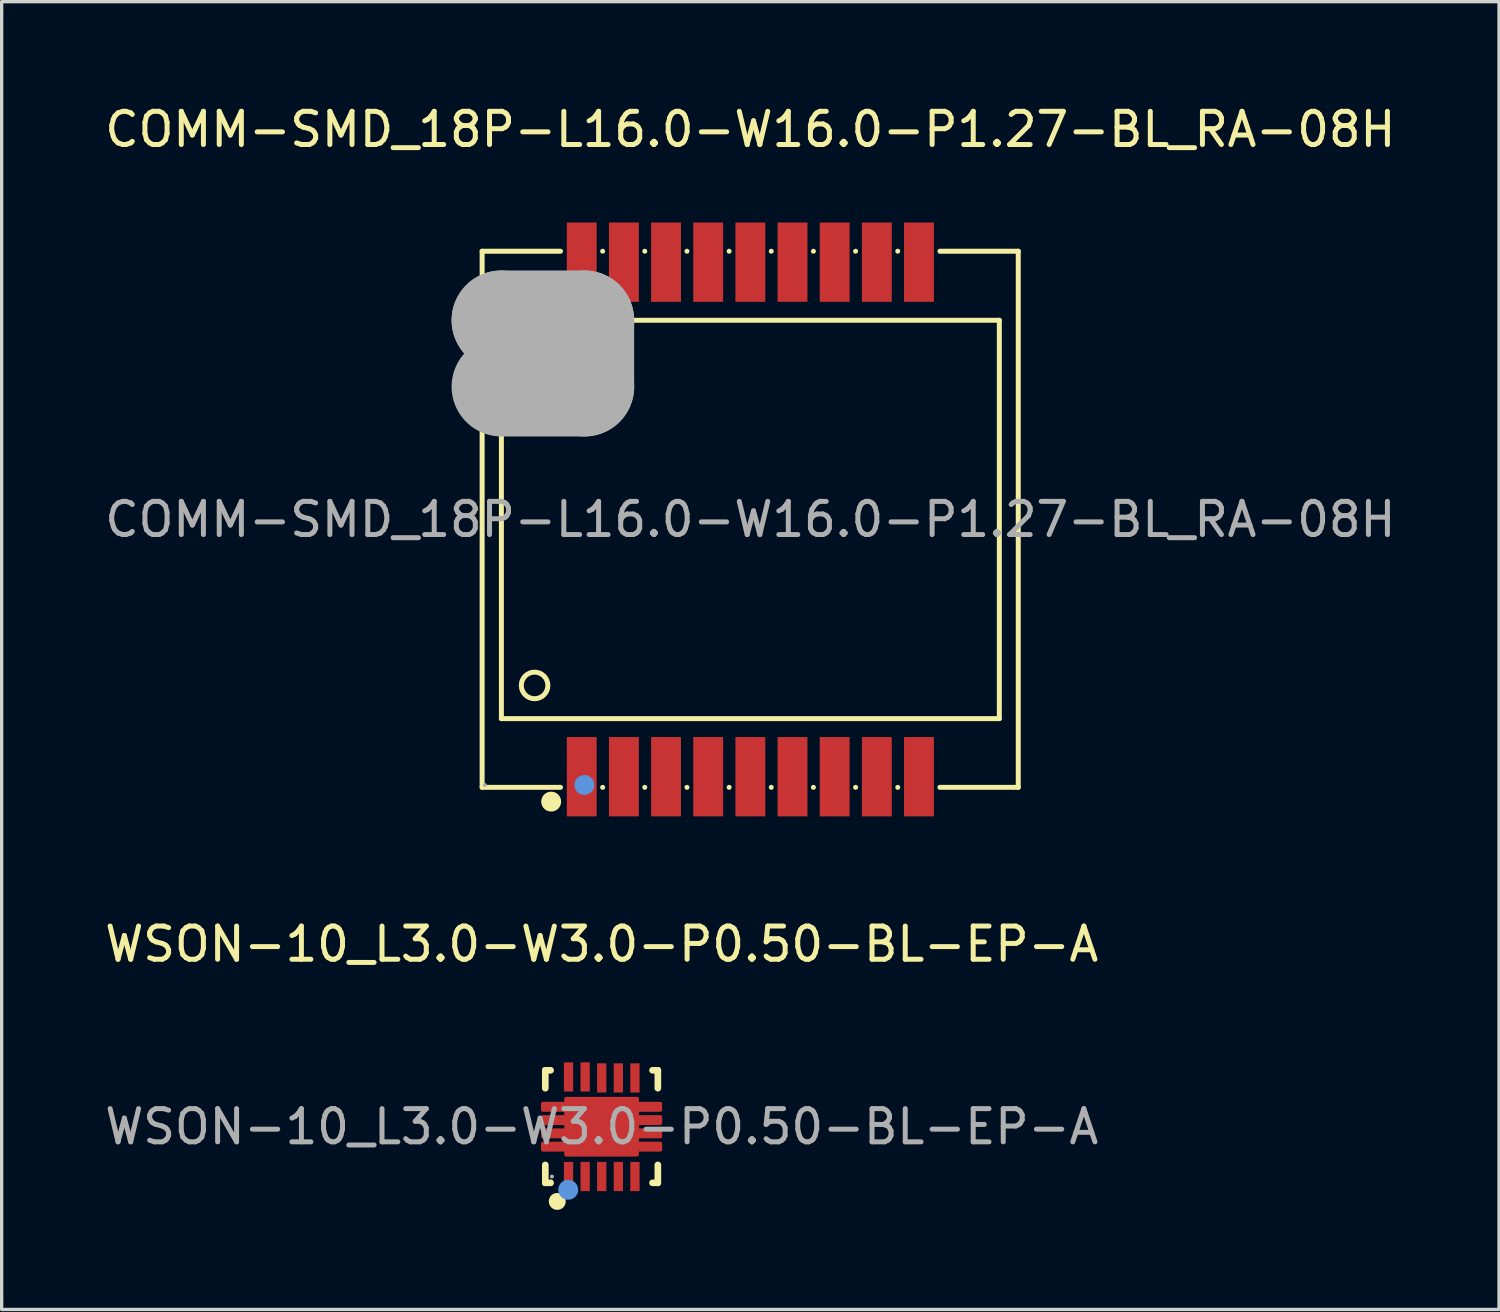
<source format=kicad_pcb>
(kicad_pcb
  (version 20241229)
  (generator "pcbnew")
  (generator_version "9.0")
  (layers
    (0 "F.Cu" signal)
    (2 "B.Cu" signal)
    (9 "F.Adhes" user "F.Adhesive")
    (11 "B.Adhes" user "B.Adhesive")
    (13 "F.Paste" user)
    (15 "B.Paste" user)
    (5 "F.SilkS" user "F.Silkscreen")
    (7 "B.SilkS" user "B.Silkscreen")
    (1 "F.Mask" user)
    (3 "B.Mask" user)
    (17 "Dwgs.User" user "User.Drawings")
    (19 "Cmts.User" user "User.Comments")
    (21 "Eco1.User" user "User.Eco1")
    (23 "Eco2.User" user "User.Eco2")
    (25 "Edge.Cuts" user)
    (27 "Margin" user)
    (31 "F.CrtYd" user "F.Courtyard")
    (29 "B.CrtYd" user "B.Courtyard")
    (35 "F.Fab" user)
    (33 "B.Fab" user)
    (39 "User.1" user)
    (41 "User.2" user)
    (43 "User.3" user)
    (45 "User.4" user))
  (footprint "COMM-SMD_18P-L16.0-W16.0-P1.27-BL_RA-08H"
    (layer "F.Cu")
    (at 19.554 12.598)
    (property "Reference" "COMM-SMD_18P-L16.0-W16.0-P1.27-BL_RA-08H" (at 0 -11.75 0) (layer "F.SilkS") (effects (font (size 1 1) (thickness 0.15))))
    (attr smd)
    (fp_line (start -8.08 -8.08) (end -5.72 -8.08) (stroke (width 0.15) (type solid)) (layer "F.SilkS"))
    (fp_line (start -8.08 8.07) (end -8.08 -8.08) (stroke (width 0.15) (type solid)) (layer "F.SilkS"))
    (fp_line (start -7.5 -3.5) (end -7.5 6) (stroke (width 0.15) (type solid)) (layer "F.SilkS"))
    (fp_line (start -7.5 6) (end 7.5 6) (stroke (width 0.15) (type solid)) (layer "F.SilkS"))
    (fp_line (start -5.72 8.07) (end -8.08 8.07) (stroke (width 0.15) (type solid)) (layer "F.SilkS"))
    (fp_line (start -4.5 -6) (end -4.5 -3.5) (stroke (width 0.15) (type solid)) (layer "F.SilkS"))
    (fp_line (start -4.5 -3.5) (end -7.5 -3.5) (stroke (width 0.15) (type solid)) (layer "F.SilkS"))
    (fp_line (start -4.45 -8.08) (end -4.45 -8.08) (stroke (width 0.15) (type solid)) (layer "F.SilkS"))
    (fp_line (start -4.45 8.07) (end -4.45 8.07) (stroke (width 0.15) (type solid)) (layer "F.SilkS"))
    (fp_line (start -3.18 -8.08) (end -3.18 -8.08) (stroke (width 0.15) (type solid)) (layer "F.SilkS"))
    (fp_line (start -3.18 8.07) (end -3.18 8.07) (stroke (width 0.15) (type solid)) (layer "F.SilkS"))
    (fp_line (start -1.91 -8.08) (end -1.91 -8.08) (stroke (width 0.15) (type solid)) (layer "F.SilkS"))
    (fp_line (start -1.91 8.07) (end -1.91 8.07) (stroke (width 0.15) (type solid)) (layer "F.SilkS"))
    (fp_line (start -0.64 -8.08) (end -0.64 -8.08) (stroke (width 0.15) (type solid)) (layer "F.SilkS"))
    (fp_line (start -0.64 8.07) (end -0.64 8.07) (stroke (width 0.15) (type solid)) (layer "F.SilkS"))
    (fp_line (start 0.63 -8.08) (end 0.63 -8.08) (stroke (width 0.15) (type solid)) (layer "F.SilkS"))
    (fp_line (start 0.63 8.07) (end 0.63 8.07) (stroke (width 0.15) (type solid)) (layer "F.SilkS"))
    (fp_line (start 1.9 -8.08) (end 1.9 -8.08) (stroke (width 0.15) (type solid)) (layer "F.SilkS"))
    (fp_line (start 1.9 8.07) (end 1.9 8.07) (stroke (width 0.15) (type solid)) (layer "F.SilkS"))
    (fp_line (start 3.17 -8.08) (end 3.17 -8.08) (stroke (width 0.15) (type solid)) (layer "F.SilkS"))
    (fp_line (start 3.17 8.07) (end 3.17 8.07) (stroke (width 0.15) (type solid)) (layer "F.SilkS"))
    (fp_line (start 4.44 -8.08) (end 4.44 -8.08) (stroke (width 0.15) (type solid)) (layer "F.SilkS"))
    (fp_line (start 4.44 8.07) (end 4.44 8.07) (stroke (width 0.15) (type solid)) (layer "F.SilkS"))
    (fp_line (start 5.71 -8.08) (end 8.07 -8.08) (stroke (width 0.15) (type solid)) (layer "F.SilkS"))
    (fp_line (start 7.5 -6) (end -4.5 -6) (stroke (width 0.15) (type solid)) (layer "F.SilkS"))
    (fp_line (start 7.5 6) (end 7.5 -6) (stroke (width 0.15) (type solid)) (layer "F.SilkS"))
    (fp_line (start 8.07 8.07) (end 5.71 8.07) (stroke (width 0.15) (type solid)) (layer "F.SilkS"))
    (fp_line (start 8.07 8.07) (end 8.07 -8.08) (stroke (width 0.15) (type solid)) (layer "F.SilkS"))
    (fp_circle (center -6.5 5) (end -6.1 5) (stroke (width 0.15) (type solid)) (fill no) (layer "F.SilkS"))
    (fp_circle (center -6 8.5) (end -5.85 8.5) (stroke (width 0.3) (type solid)) (fill no) (layer "F.SilkS"))
    (fp_circle (center -5 8) (end -4.85 8) (stroke (width 0.3) (type solid)) (fill no) (layer "Cmts.User"))
    (fp_line (start -7.5 -6) (end -7.5 -6) (stroke (width 3) (type solid)) (layer "F.Fab"))
    (fp_line (start -7.5 -6) (end -5 -6) (stroke (width 3) (type solid)) (layer "F.Fab"))
    (fp_line (start -5 -6) (end -5 -4) (stroke (width 3) (type solid)) (layer "F.Fab"))
    (fp_line (start -5 -4) (end -7.5 -4) (stroke (width 3) (type solid)) (layer "F.Fab"))
    (fp_circle (center -8 8) (end -7.97 8) (stroke (width 0.06) (type solid)) (fill no) (layer "F.Fab"))
    (fp_text user "${REFERENCE}" (at 0 0 0) (layer "F.Fab") (effects (font (size 1 1) (thickness 0.15))))
    (pad "1" smd rect (at -5.08 7.75 90) (size 2.39 0.9) (layers "F.Cu" "F.Mask" "F.Paste"))
    (pad "2" smd rect (at -3.81 7.75 90) (size 2.39 0.9) (layers "F.Cu" "F.Mask" "F.Paste"))
    (pad "3" smd rect (at -2.54 7.75 90) (size 2.39 0.9) (layers "F.Cu" "F.Mask" "F.Paste"))
    (pad "4" smd rect (at -1.27 7.75 90) (size 2.39 0.9) (layers "F.Cu" "F.Mask" "F.Paste"))
    (pad "5" smd rect (at 0 7.75 90) (size 2.39 0.9) (layers "F.Cu" "F.Mask" "F.Paste"))
    (pad "6" smd rect (at 1.27 7.75 90) (size 2.39 0.9) (layers "F.Cu" "F.Mask" "F.Paste"))
    (pad "7" smd rect (at 2.54 7.75 90) (size 2.39 0.9) (layers "F.Cu" "F.Mask" "F.Paste"))
    (pad "8" smd rect (at 3.81 7.75 90) (size 2.39 0.9) (layers "F.Cu" "F.Mask" "F.Paste"))
    (pad "9" smd rect (at 5.08 7.75 90) (size 2.39 0.9) (layers "F.Cu" "F.Mask" "F.Paste"))
    (pad "10" smd rect (at 5.08 -7.75 90) (size 2.39 0.9) (layers "F.Cu" "F.Mask" "F.Paste"))
    (pad "11" smd rect (at 3.81 -7.75 90) (size 2.39 0.9) (layers "F.Cu" "F.Mask" "F.Paste"))
    (pad "12" smd rect (at 2.54 -7.75 90) (size 2.39 0.9) (layers "F.Cu" "F.Mask" "F.Paste"))
    (pad "13" smd rect (at 1.27 -7.75 90) (size 2.39 0.9) (layers "F.Cu" "F.Mask" "F.Paste"))
    (pad "14" smd rect (at 0 -7.75 90) (size 2.39 0.9) (layers "F.Cu" "F.Mask" "F.Paste"))
    (pad "15" smd rect (at -1.27 -7.75 90) (size 2.39 0.9) (layers "F.Cu" "F.Mask" "F.Paste"))
    (pad "16" smd rect (at -2.54 -7.75 90) (size 2.39 0.9) (layers "F.Cu" "F.Mask" "F.Paste"))
    (pad "17" smd rect (at -3.81 -7.75 90) (size 2.39 0.9) (layers "F.Cu" "F.Mask" "F.Paste"))
    (pad "18" smd rect (at -5.08 -7.75 90) (size 2.39 0.9) (layers "F.Cu" "F.Mask" "F.Paste")))
  (footprint "WSON-10_L3.0-W3.0-P0.50-BL-EP-A"
    (layer "F.Cu")
    (at 15.077 30.892)
    (property "Reference" "WSON-10_L3.0-W3.0-P0.50-BL-EP-A" (at 0 -5.5 0) (layer "F.SilkS") (effects (font (size 1 1) (thickness 0.15))))
    (attr smd)
    (fp_line (start -1.7 -1.7) (end -1.54 -1.7) (stroke (width 0.2) (type solid)) (layer "F.SilkS"))
    (fp_line (start -1.7 -1.16) (end -1.7 -1.7) (stroke (width 0.2) (type solid)) (layer "F.SilkS"))
    (fp_line (start -1.7 1.69) (end -1.7 1.15) (stroke (width 0.2) (type solid)) (layer "F.SilkS"))
    (fp_line (start -1.54 1.69) (end -1.7 1.69) (stroke (width 0.2) (type solid)) (layer "F.SilkS"))
    (fp_line (start 1.69 -1.7) (end 1.53 -1.7) (stroke (width 0.2) (type solid)) (layer "F.SilkS"))
    (fp_line (start 1.69 -1.16) (end 1.69 -1.7) (stroke (width 0.2) (type solid)) (layer "F.SilkS"))
    (fp_line (start 1.69 1.15) (end 1.69 1.69) (stroke (width 0.2) (type solid)) (layer "F.SilkS"))
    (fp_line (start 1.69 1.69) (end 1.53 1.69) (stroke (width 0.2) (type solid)) (layer "F.SilkS"))
    (fp_circle (center -1.34 2.25) (end -1.21 2.25) (stroke (width 0.25) (type solid)) (fill no) (layer "F.SilkS"))
    (fp_circle (center -1.01 1.9) (end -0.86 1.9) (stroke (width 0.3) (type solid)) (fill no) (layer "Cmts.User"))
    (fp_circle (center -1.5 1.5) (end -1.47 1.5) (stroke (width 0.06) (type solid)) (fill no) (layer "F.Fab"))
    (fp_text user "${REFERENCE}" (at 0 0 0) (layer "F.Fab") (effects (font (size 1 1) (thickness 0.15))))
    (pad "1" smd rect (at -1 1.5) (size 0.28 0.88) (layers "F.Cu" "F.Mask" "F.Paste"))
    (pad "2" smd rect (at -0.5 1.5) (size 0.28 0.88) (layers "F.Cu" "F.Mask" "F.Paste"))
    (pad "3" smd rect (at 0 1.5) (size 0.28 0.88) (layers "F.Cu" "F.Mask" "F.Paste"))
    (pad "4" smd rect (at 0.5 1.5) (size 0.28 0.88) (layers "F.Cu" "F.Mask" "F.Paste"))
    (pad "5" smd rect (at 1 1.5) (size 0.28 0.88) (layers "F.Cu" "F.Mask" "F.Paste"))
    (pad "6" smd rect (at 1 -1.47) (size 0.28 0.88) (layers "F.Cu" "F.Mask" "F.Paste"))
    (pad "7" smd rect (at 0.5 -1.47) (size 0.28 0.88) (layers "F.Cu" "F.Mask" "F.Paste"))
    (pad "8" smd rect (at 0 -1.47) (size 0.28 0.88) (layers "F.Cu" "F.Mask" "F.Paste"))
    (pad "9" smd rect (at -0.5 -1.5) (size 0.28 0.88) (layers "F.Cu" "F.Mask" "F.Paste"))
    (pad "10" smd rect (at -1 -1.5) (size 0.28 0.88) (layers "F.Cu" "F.Mask" "F.Paste"))
    (pad "11" smd custom (at 0 0) (size 1 1) (layers "F.Cu" "F.Mask" "F.Paste") (options (anchor circle)) (primitives (gr_poly (pts (xy 1.07 -0.7) (xy 1.07 -0.85) (xy -1.08 -0.85) (xy -1.08 -0.7) (xy -1.78 -0.7) (xy -1.78 -0.5) (xy -1.08 -0.5) (xy -1.08 -0.3) (xy -1.78 -0.3) (xy -1.78 -0.1) (xy -1.08 -0.1) (xy -1.08 0.1) (xy -1.78 0.1) (xy -1.78 0.3) (xy -1.08 0.3) (xy -1.08 0.5) (xy -1.78 0.5) (xy -1.78 0.7) (xy -1.08 0.7) (xy -1.08 0.85) (xy 1.07 0.85) (xy 1.07 0.7) (xy 1.77 0.7) (xy 1.77 0.5) (xy 1.07 0.5) (xy 1.07 0.3) (xy 1.77 0.3) (xy 1.77 0.1) (xy 1.07 0.1) (xy 1.07 -0.1) (xy 1.77 -0.1) (xy 1.77 -0.3) (xy 1.07 -0.3) (xy 1.07 -0.5) (xy 1.77 -0.5) (xy 1.77 -0.7)) (width 0.1) (fill yes)))))
  (gr_rect
    (start -3 -3)
    (end 42.107 36.397)
    (stroke (width 0.1) (type default))
    (fill no)
    (layer "Edge.Cuts")))
</source>
